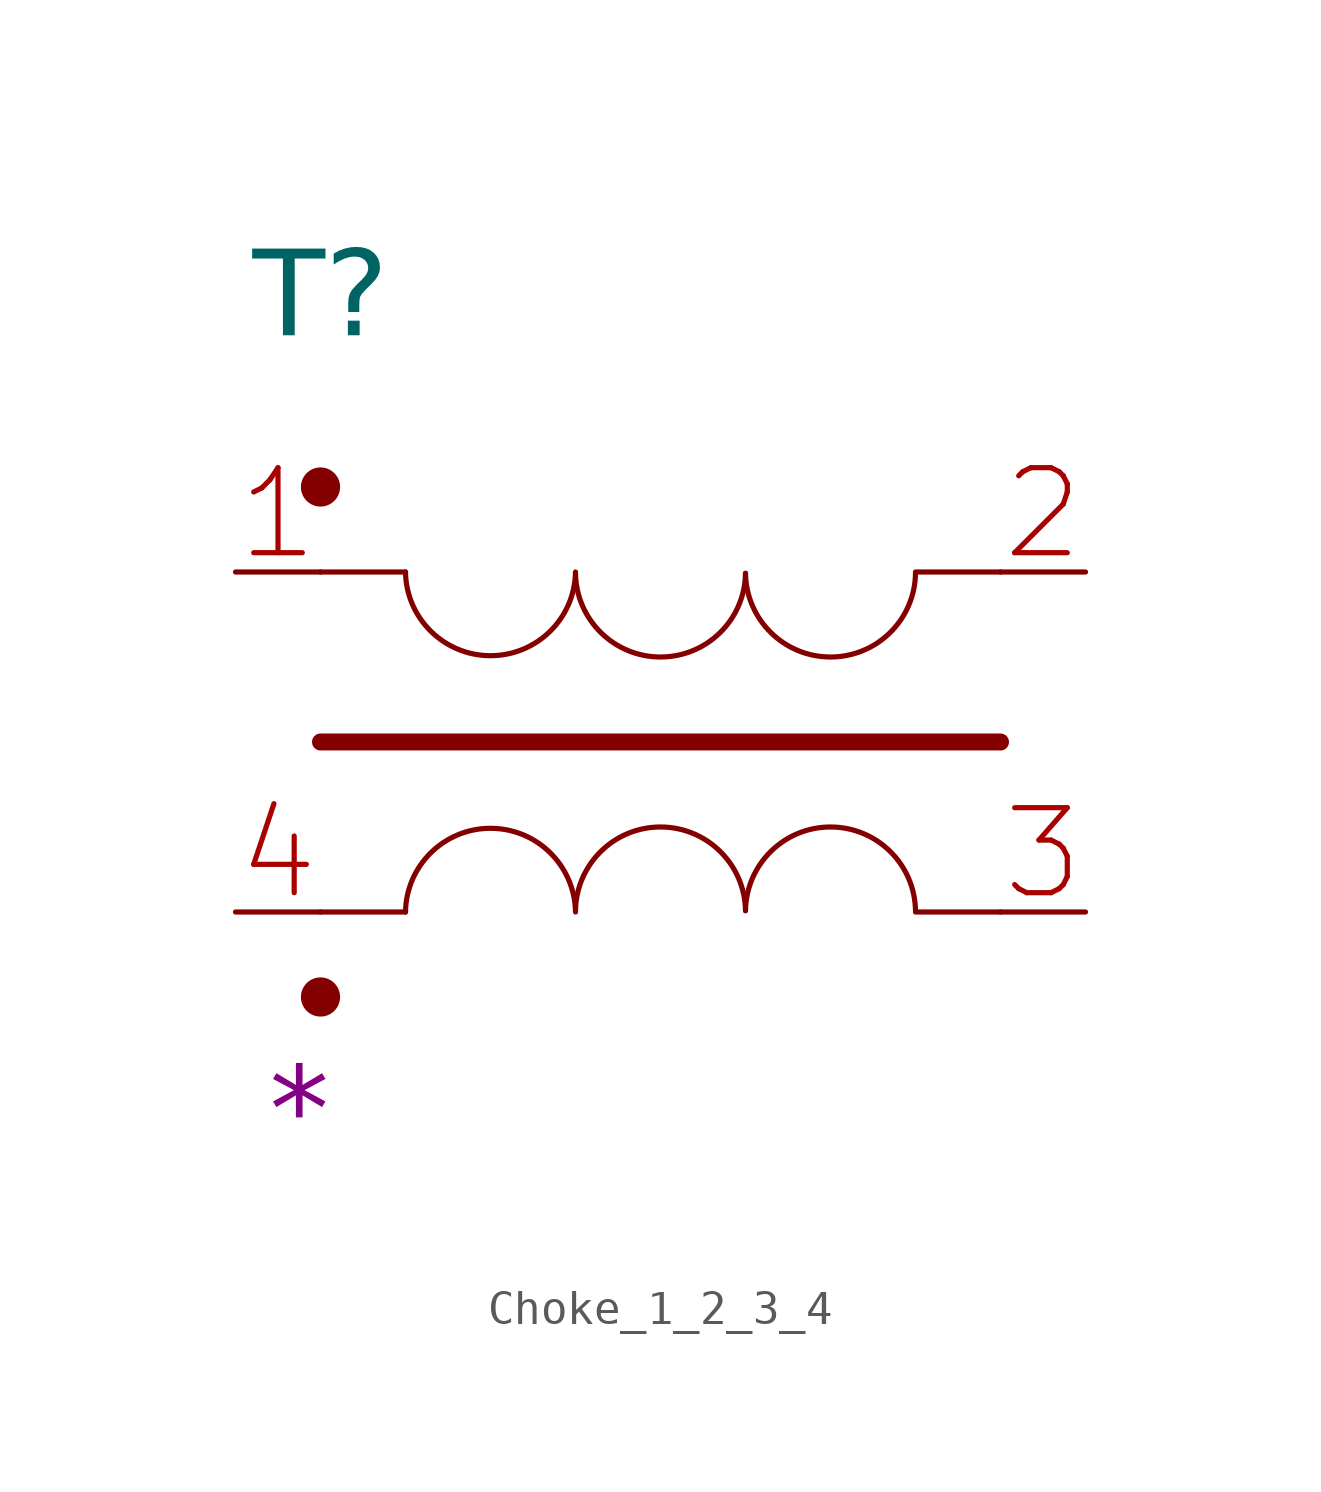
<source format=kicad_sym>
(kicad_symbol_lib
  (version 20220914)
  (generator kicad_symbol_editor)
  (symbol "Choke_1_2_3_4"
    (pin_names
      (offset 0.5))
    (property "Reference" "T"
      (at 0.5 8 0)
      (effects (font (face "GOST type A") (size 2.5 2.5) italic) (justify left)))
    (property "Value" ""
      (at 0 0 0)
      (effects (font (size 1.27 1.27))))
    (property "MPN" "*"
      (at 1 -16 0)
      (effects (font (face "GOST type A") (size 2.5 2.5) italic) (justify left)))
    (symbol "Choke_1_2_3_4_1_0"
      (pin bidirectional line (at 0 0 0) (length 2.5) (name "" (effects (font (size 2.5 2.5)))) (number "1" (effects (font (size 2.5 2.5)))))
      (pin bidirectional line (at 25 0 180) (length 2.5) (name "" (effects (font (size 2.5 2.5)))) (number "2" (effects (font (size 2.5 2.5)))))
      (pin bidirectional line (at 25 -10 180) (length 2.5) (name "" (effects (font (size 2.5 2.5)))) (number "3" (effects (font (size 2.5 2.5)))))
      (pin bidirectional line (at 0 -10 0) (length 2.5) (name "" (effects (font (size 2.5 2.5)))) (number "4" (effects (font (size 2.5 2.5))))))
    (symbol "Choke_1_2_3_4_1_1"
      (polyline (pts (xy 2.5 -5) (xy 22.5 -5)) (stroke (width 0.5) (type default)) (fill (type none)))
      (polyline (pts (xy 5 -10) (xy 2.5 -10) (xy 2.5 -10)) (stroke (width 0) (type default)) (fill (type none)))
      (polyline (pts (xy 5 0) (xy 2.5 0) (xy 2.5 0)) (stroke (width 0) (type default)) (fill (type none)))
      (polyline (pts (xy 22.5 -10) (xy 20 -10) (xy 20 -10)) (stroke (width 0) (type default)) (fill (type none)))
      (polyline (pts (xy 22.5 0) (xy 20 0) (xy 20 0)) (stroke (width 0) (type default)) (fill (type none)))
      (circle (center 2.5 -12.5) (radius 0.5) (stroke (width 0) (type default)) (fill (type outline)))
      (circle (center 2.5 2.5) (radius 0.5) (stroke (width 0) (type default)) (fill (type outline)))
      (arc (start 5 0) (mid 7.5 -2.4616) (end 10 0) (stroke (width 0) (type default)) (fill (type none)))
      (arc (start 10 -10) (mid 7.5 -7.5384) (end 5 -10) (stroke (width 0) (type default)) (fill (type none)))
      (arc (start 10 -0.0387) (mid 12.5 -2.5003) (end 15 -0.0387) (stroke (width 0) (type default)) (fill (type none)))
      (arc (start 15 -9.9613) (mid 12.5 -7.4997) (end 10 -9.9613) (stroke (width 0) (type default)) (fill (type none)))
      (arc (start 15 -0.0387) (mid 17.5 -2.5003) (end 20 -0.0387) (stroke (width 0) (type default)) (fill (type none)))
      (arc (start 20 -9.9613) (mid 17.5 -7.4997) (end 15 -9.9613) (stroke (width 0) (type default)) (fill (type none))))))
</source>
